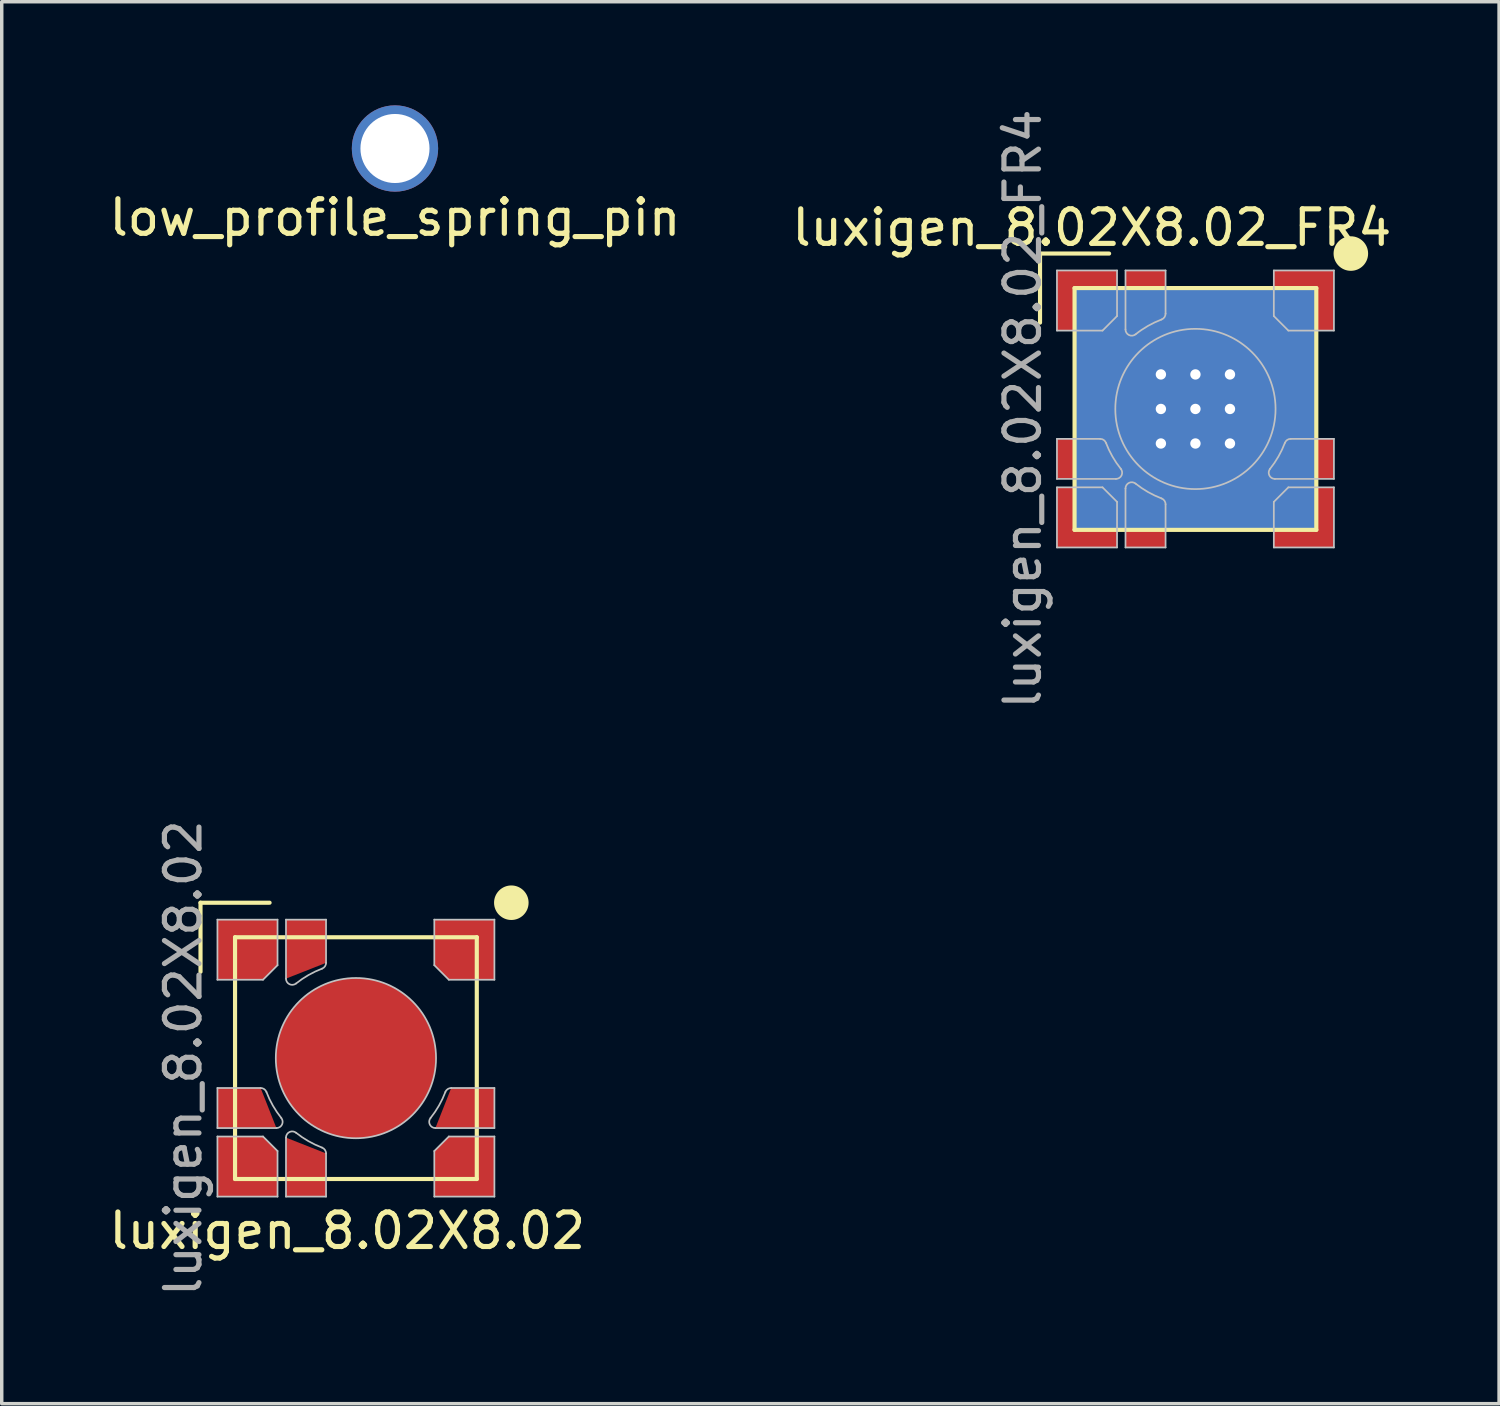
<source format=kicad_pcb>
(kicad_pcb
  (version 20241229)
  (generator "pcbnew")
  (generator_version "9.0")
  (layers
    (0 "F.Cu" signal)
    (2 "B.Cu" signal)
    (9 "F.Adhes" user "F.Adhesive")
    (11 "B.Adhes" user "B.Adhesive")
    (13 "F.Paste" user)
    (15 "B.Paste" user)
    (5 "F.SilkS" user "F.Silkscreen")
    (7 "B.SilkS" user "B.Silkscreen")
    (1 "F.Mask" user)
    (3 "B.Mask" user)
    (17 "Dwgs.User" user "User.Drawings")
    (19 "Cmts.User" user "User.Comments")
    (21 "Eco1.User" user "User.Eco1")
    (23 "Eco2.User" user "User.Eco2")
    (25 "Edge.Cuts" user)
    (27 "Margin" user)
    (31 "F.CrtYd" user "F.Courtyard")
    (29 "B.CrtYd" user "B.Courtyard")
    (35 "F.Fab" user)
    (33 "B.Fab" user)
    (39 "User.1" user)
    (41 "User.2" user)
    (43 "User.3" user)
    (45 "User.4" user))
  (footprint "luxigen_8.02X8.02_FR4"
    (layer "F.Cu")
    (at 31.565 8.792)
    (property "Reference" "luxigen_8.02X8.02_FR4" (at -3 -5.25 0) (unlocked yes) (layer "F.SilkS") (effects (font (size 1 1) (thickness 0.15))))
    (fp_line (start -4.5 -4.5) (end -4.5 -2.5) (stroke (width 0.12) (type solid)) (layer "F.SilkS"))
    (fp_line (start -3.5 -3.5) (end -3.5 3.5) (stroke (width 0.12) (type solid)) (layer "F.SilkS"))
    (fp_line (start -3.5 3.5) (end 3.5 3.5) (stroke (width 0.12) (type solid)) (layer "F.SilkS"))
    (fp_line (start -2.5 -4.5) (end -4.5 -4.5) (stroke (width 0.12) (type solid)) (layer "F.SilkS"))
    (fp_line (start 3.5 -3.5) (end -3.5 -3.5) (stroke (width 0.12) (type solid)) (layer "F.SilkS"))
    (fp_line (start 3.5 3.5) (end 3.5 -3.5) (stroke (width 0.12) (type solid)) (layer "F.SilkS"))
    (fp_circle (center 4.5 -4.5) (end 5 -4.5) (stroke (width 0) (type solid)) (fill yes) (layer "F.SilkS"))
    (fp_line (start -4.01 -4.01) (end -2.27 -4.01) (stroke (width 0.05) (type solid)) (layer "Dwgs.User"))
    (fp_line (start -4.01 -2.27) (end -4.01 -4.01) (stroke (width 0.05) (type solid)) (layer "Dwgs.User"))
    (fp_line (start -4.01 0.865) (end -2.759 0.865) (stroke (width 0.05) (type solid)) (layer "Dwgs.User"))
    (fp_line (start -4.01 2.025) (end -4.01 0.865) (stroke (width 0.05) (type solid)) (layer "Dwgs.User"))
    (fp_line (start -4.01 2.27) (end -2.69 2.27) (stroke (width 0.05) (type solid)) (layer "Dwgs.User"))
    (fp_line (start -4.01 4.01) (end -4.01 2.27) (stroke (width 0.05) (type solid)) (layer "Dwgs.User"))
    (fp_line (start -2.69 -2.27) (end -4.01 -2.27) (stroke (width 0.05) (type solid)) (layer "Dwgs.User"))
    (fp_line (start -2.69 2.27) (end -2.27 2.69) (stroke (width 0.05) (type solid)) (layer "Dwgs.User"))
    (fp_line (start -2.302 2.025) (end -4.01 2.025) (stroke (width 0.05) (type solid)) (layer "Dwgs.User"))
    (fp_line (start -2.27 -4.01) (end -2.27 -2.69) (stroke (width 0.05) (type solid)) (layer "Dwgs.User"))
    (fp_line (start -2.27 -2.69) (end -2.69 -2.27) (stroke (width 0.05) (type solid)) (layer "Dwgs.User"))
    (fp_line (start -2.27 2.69) (end -2.27 4.01) (stroke (width 0.05) (type solid)) (layer "Dwgs.User"))
    (fp_line (start -2.27 4.01) (end -4.01 4.01) (stroke (width 0.05) (type solid)) (layer "Dwgs.User"))
    (fp_line (start -2.025 -4.01) (end -0.865 -4.01) (stroke (width 0.05) (type solid)) (layer "Dwgs.User"))
    (fp_line (start -2.025 -2.302) (end -2.025 -4.01) (stroke (width 0.05) (type solid)) (layer "Dwgs.User"))
    (fp_line (start -2.025 2.302) (end -2.025 4.01) (stroke (width 0.05) (type solid)) (layer "Dwgs.User"))
    (fp_line (start -2.025 4.01) (end -0.865 4.01) (stroke (width 0.05) (type solid)) (layer "Dwgs.User"))
    (fp_line (start -0.865 -4.01) (end -0.865 -2.759) (stroke (width 0.05) (type solid)) (layer "Dwgs.User"))
    (fp_line (start -0.865 4.01) (end -0.865 2.759) (stroke (width 0.05) (type solid)) (layer "Dwgs.User"))
    (fp_line (start 2.27 -4.01) (end 4.01 -4.01) (stroke (width 0.05) (type solid)) (layer "Dwgs.User"))
    (fp_line (start 2.27 -2.69) (end 2.27 -4.01) (stroke (width 0.05) (type solid)) (layer "Dwgs.User"))
    (fp_line (start 2.27 2.69) (end 2.69 2.27) (stroke (width 0.05) (type solid)) (layer "Dwgs.User"))
    (fp_line (start 2.27 4.01) (end 2.27 2.69) (stroke (width 0.05) (type solid)) (layer "Dwgs.User"))
    (fp_line (start 2.302 2.025) (end 4.01 2.025) (stroke (width 0.05) (type solid)) (layer "Dwgs.User"))
    (fp_line (start 2.69 -2.27) (end 2.27 -2.69) (stroke (width 0.05) (type solid)) (layer "Dwgs.User"))
    (fp_line (start 2.69 2.27) (end 4.01 2.27) (stroke (width 0.05) (type solid)) (layer "Dwgs.User"))
    (fp_line (start 4.01 0.865) (end 2.759 0.865) (stroke (width 0.05) (type solid)) (layer "Dwgs.User"))
    (fp_line (start 4.01 2.025) (end 4.01 0.865) (stroke (width 0.05) (type solid)) (layer "Dwgs.User"))
    (fp_line (start 4.01 -4.01) (end 4.01 -2.27) (stroke (width 0.05) (type solid)) (layer "Dwgs.User"))
    (fp_line (start 4.01 -2.27) (end 2.69 -2.27) (stroke (width 0.05) (type solid)) (layer "Dwgs.User"))
    (fp_line (start 4.01 2.27) (end 4.01 4.01) (stroke (width 0.05) (type solid)) (layer "Dwgs.User"))
    (fp_line (start 4.01 4.01) (end 2.27 4.01) (stroke (width 0.05) (type solid)) (layer "Dwgs.User"))
    (fp_arc (start -2.758591 0.86531) (mid -2.656319 0.897187) (end -2.59027 0.981528) (stroke (width 0.05) (type solid)) (layer "Dwgs.User"))
    (fp_arc (start -2.161156 1.732714) (mid -2.40522 1.373977) (end -2.59027 0.981528) (stroke (width 0.05) (type solid)) (layer "Dwgs.User"))
    (fp_arc (start -2.161156 1.732715) (mid -2.139316 1.923197) (end -2.301592 2.02531) (stroke (width 0.05) (type solid)) (layer "Dwgs.User"))
    (fp_arc (start -2.02531 2.301592) (mid -1.923197 2.139316) (end -1.732715 2.161156) (stroke (width 0.05) (type solid)) (layer "Dwgs.User"))
    (fp_arc (start -1.732715 -2.161156) (mid -1.923188 -2.139335) (end -2.02531 -2.301592) (stroke (width 0.05) (type solid)) (layer "Dwgs.User"))
    (fp_arc (start -1.732712 -2.161157) (mid -1.374006 -2.405273) (end -0.981528 -2.59027) (stroke (width 0.05) (type solid)) (layer "Dwgs.User"))
    (fp_arc (start -0.981529 2.59027) (mid -1.373978 2.40522) (end -1.732715 2.161156) (stroke (width 0.05) (type solid)) (layer "Dwgs.User"))
    (fp_arc (start -0.981528 2.59027) (mid -0.897187 2.656319) (end -0.86531 2.758591) (stroke (width 0.05) (type solid)) (layer "Dwgs.User"))
    (fp_arc (start -0.865307 -2.758588) (mid -0.897205 -2.65633) (end -0.981528 -2.59027) (stroke (width 0.05) (type solid)) (layer "Dwgs.User"))
    (fp_arc (start 2.301592 2.02531) (mid 2.139316 1.923197) (end 2.161156 1.732715) (stroke (width 0.05) (type solid)) (layer "Dwgs.User"))
    (fp_arc (start 2.59027 0.981528) (mid 2.656319 0.897187) (end 2.758591 0.86531) (stroke (width 0.05) (type solid)) (layer "Dwgs.User"))
    (fp_arc (start 2.59027 0.981529) (mid 2.40522 1.373978) (end 2.161156 1.732715) (stroke (width 0.05) (type solid)) (layer "Dwgs.User"))
    (fp_circle (center 0 0) (end 2.32 0) (stroke (width 0.05) (type solid)) (fill no) (layer "Dwgs.User"))
    (fp_text user "${REFERENCE}" (at -5 0 90) (unlocked yes) (layer "F.Fab") (effects (font (size 1 1) (thickness 0.15))))
    (pad "1" smd custom (at -3.25 -3.25) (size 1 1) (layers "F.Cu" "F.Mask" "F.Paste") (options (anchor rect)) (primitives (gr_poly (pts (xy 0.98 0.56) (xy 0.56 0.98) (xy -0.76 0.98) (xy -0.76 -0.76) (xy 0.98 -0.76) (xy 0.98 0.56)) (width 0) (fill yes))))
    (pad "2" smd custom (at -1.5 -3.5) (size 1 1) (layers "F.Cu" "F.Mask" "F.Paste") (options (anchor rect)) (primitives (gr_poly (pts (xy -0.525 1.198) (xy -0.525 -0.51) (xy 0.635 -0.51) (xy 0.635 0.741)) (width 0) (fill yes))))
    (pad "3" smd custom (at 3.5 -3) (size 0.762 0.762) (layers "F.Cu" "F.Mask" "F.Paste") (options (anchor rect)) (primitives (gr_poly (pts (xy -0.81 0.73) (xy -1.23 0.31) (xy -1.23 -1.01) (xy 0.51 -1.01) (xy 0.51 0.73)) (width 0) (fill yes))))
    (pad "4" smd custom (at 3.25 1.5) (size 1 1) (layers "F.Cu" "F.Mask" "F.Paste") (options (anchor rect)) (primitives (gr_poly (pts (xy -0.948 0.525) (xy 0.76 0.525) (xy 0.76 -0.635) (xy -0.491 -0.635)) (width 0) (fill yes))))
    (pad "5" smd custom (at 3.25 3.25) (size 1 1) (layers "F.Cu" "F.Mask" "F.Paste") (options (anchor rect)) (primitives (gr_poly (pts (xy 0.76 0.76) (xy -0.98 0.76) (xy -0.98 -0.56) (xy -0.56 -0.98) (xy 0.76 -0.98) (xy 0.76 0.76)) (width 0) (fill yes))))
    (pad "6" smd custom (at -1.5 3.5) (size 1 1) (layers "F.Cu" "F.Mask" "F.Paste") (options (anchor rect)) (primitives (gr_poly (pts (xy -0.525 -1.198) (xy -0.525 0.51) (xy 0.635 0.51) (xy 0.635 -0.741)) (width 0) (fill yes))))
    (pad "7" smd custom (at -3.25 3) (size 1 1) (layers "F.Cu" "F.Mask" "F.Paste") (options (anchor rect)) (primitives (gr_poly (pts (xy 0.98 -0.31) (xy 0.56 -0.73) (xy -0.76 -0.73) (xy -0.76 1.01) (xy 0.98 1.01)) (width 0) (fill yes))))
    (pad "8" smd custom (at -3.5 1.5) (size 1 1) (layers "F.Cu" "F.Mask" "F.Paste") (options (anchor rect)) (primitives (gr_poly (pts (xy 1.198 0.525) (xy -0.51 0.525) (xy -0.51 -0.635) (xy 0.741 -0.635)) (width 0) (fill yes))))
    (pad "9" thru_hole circle (at -1 -1) (size 0.6 0.6) (drill 0.3) (property pad_prop_heatsink) (layers "*.Cu"))
    (pad "9" thru_hole circle (at -1 0) (size 0.6 0.6) (drill 0.3) (property pad_prop_heatsink) (layers "*.Cu"))
    (pad "9" thru_hole circle (at -1 1) (size 0.6 0.6) (drill 0.3) (property pad_prop_heatsink) (layers "*.Cu"))
    (pad "9" thru_hole circle (at 0 -1) (size 0.6 0.6) (drill 0.3) (property pad_prop_heatsink) (layers "*.Cu"))
    (pad "9" thru_hole circle (at 0 0) (size 0.6 0.6) (drill 0.3) (property pad_prop_heatsink) (layers "*.Cu"))
    (pad "9" smd circle (at 0 0) (size 4.64 4.64) (property pad_prop_heatsink) (layers "F.Cu" "F.Mask" "F.Paste"))
    (pad "9" smd rect (at 0 0) (size 7 7) (property pad_prop_heatsink) (layers "B.Cu" "B.Mask"))
    (pad "9" thru_hole circle (at 0 1) (size 0.6 0.6) (drill 0.3) (property pad_prop_heatsink) (layers "*.Cu"))
    (pad "9" thru_hole circle (at 1 -1) (size 0.6 0.6) (drill 0.3) (property pad_prop_heatsink) (layers "*.Cu"))
    (pad "9" thru_hole circle (at 1 0) (size 0.6 0.6) (drill 0.3) (property pad_prop_heatsink) (layers "*.Cu"))
    (pad "9" thru_hole circle (at 1 1) (size 0.6 0.6) (drill 0.3) (property pad_prop_heatsink) (layers "*.Cu")))
  (footprint "luxigen_8.02X8.02"
    (layer "F.Cu")
    (at 7.256 27.589)
    (property "Reference" "luxigen_8.02X8.02" (at -0.25 5 0) (unlocked yes) (layer "F.SilkS") (effects (font (size 1 1) (thickness 0.15))))
    (fp_line (start -4.5 -4.5) (end -4.5 -2.5) (stroke (width 0.12) (type solid)) (layer "F.SilkS"))
    (fp_line (start -3.5 -3.5) (end -3.5 3.5) (stroke (width 0.12) (type solid)) (layer "F.SilkS"))
    (fp_line (start -3.5 3.5) (end 3.5 3.5) (stroke (width 0.12) (type solid)) (layer "F.SilkS"))
    (fp_line (start -2.5 -4.5) (end -4.5 -4.5) (stroke (width 0.12) (type solid)) (layer "F.SilkS"))
    (fp_line (start 3.5 -3.5) (end -3.5 -3.5) (stroke (width 0.12) (type solid)) (layer "F.SilkS"))
    (fp_line (start 3.5 3.5) (end 3.5 -3.5) (stroke (width 0.12) (type solid)) (layer "F.SilkS"))
    (fp_circle (center 4.5 -4.5) (end 5 -4.5) (stroke (width 0) (type solid)) (fill yes) (layer "F.SilkS"))
    (fp_line (start -4.01 -4.01) (end -2.27 -4.01) (stroke (width 0.05) (type solid)) (layer "Dwgs.User"))
    (fp_line (start -4.01 -2.27) (end -4.01 -4.01) (stroke (width 0.05) (type solid)) (layer "Dwgs.User"))
    (fp_line (start -4.01 0.865) (end -2.759 0.865) (stroke (width 0.05) (type solid)) (layer "Dwgs.User"))
    (fp_line (start -4.01 2.025) (end -4.01 0.865) (stroke (width 0.05) (type solid)) (layer "Dwgs.User"))
    (fp_line (start -4.01 2.27) (end -2.69 2.27) (stroke (width 0.05) (type solid)) (layer "Dwgs.User"))
    (fp_line (start -4.01 4.01) (end -4.01 2.27) (stroke (width 0.05) (type solid)) (layer "Dwgs.User"))
    (fp_line (start -2.69 -2.27) (end -4.01 -2.27) (stroke (width 0.05) (type solid)) (layer "Dwgs.User"))
    (fp_line (start -2.69 2.27) (end -2.27 2.69) (stroke (width 0.05) (type solid)) (layer "Dwgs.User"))
    (fp_line (start -2.302 2.025) (end -4.01 2.025) (stroke (width 0.05) (type solid)) (layer "Dwgs.User"))
    (fp_line (start -2.27 -4.01) (end -2.27 -2.69) (stroke (width 0.05) (type solid)) (layer "Dwgs.User"))
    (fp_line (start -2.27 -2.69) (end -2.69 -2.27) (stroke (width 0.05) (type solid)) (layer "Dwgs.User"))
    (fp_line (start -2.27 2.69) (end -2.27 4.01) (stroke (width 0.05) (type solid)) (layer "Dwgs.User"))
    (fp_line (start -2.27 4.01) (end -4.01 4.01) (stroke (width 0.05) (type solid)) (layer "Dwgs.User"))
    (fp_line (start -2.025 -4.01) (end -0.865 -4.01) (stroke (width 0.05) (type solid)) (layer "Dwgs.User"))
    (fp_line (start -2.025 -2.302) (end -2.025 -4.01) (stroke (width 0.05) (type solid)) (layer "Dwgs.User"))
    (fp_line (start -2.025 2.302) (end -2.025 4.01) (stroke (width 0.05) (type solid)) (layer "Dwgs.User"))
    (fp_line (start -2.025 4.01) (end -0.865 4.01) (stroke (width 0.05) (type solid)) (layer "Dwgs.User"))
    (fp_line (start -0.865 -4.01) (end -0.865 -2.759) (stroke (width 0.05) (type solid)) (layer "Dwgs.User"))
    (fp_line (start -0.865 4.01) (end -0.865 2.759) (stroke (width 0.05) (type solid)) (layer "Dwgs.User"))
    (fp_line (start 2.27 -4.01) (end 4.01 -4.01) (stroke (width 0.05) (type solid)) (layer "Dwgs.User"))
    (fp_line (start 2.27 -2.69) (end 2.27 -4.01) (stroke (width 0.05) (type solid)) (layer "Dwgs.User"))
    (fp_line (start 2.27 2.69) (end 2.69 2.27) (stroke (width 0.05) (type solid)) (layer "Dwgs.User"))
    (fp_line (start 2.27 4.01) (end 2.27 2.69) (stroke (width 0.05) (type solid)) (layer "Dwgs.User"))
    (fp_line (start 2.302 2.025) (end 4.01 2.025) (stroke (width 0.05) (type solid)) (layer "Dwgs.User"))
    (fp_line (start 2.69 -2.27) (end 2.27 -2.69) (stroke (width 0.05) (type solid)) (layer "Dwgs.User"))
    (fp_line (start 2.69 2.27) (end 4.01 2.27) (stroke (width 0.05) (type solid)) (layer "Dwgs.User"))
    (fp_line (start 4.01 0.865) (end 2.759 0.865) (stroke (width 0.05) (type solid)) (layer "Dwgs.User"))
    (fp_line (start 4.01 2.025) (end 4.01 0.865) (stroke (width 0.05) (type solid)) (layer "Dwgs.User"))
    (fp_line (start 4.01 -4.01) (end 4.01 -2.27) (stroke (width 0.05) (type solid)) (layer "Dwgs.User"))
    (fp_line (start 4.01 -2.27) (end 2.69 -2.27) (stroke (width 0.05) (type solid)) (layer "Dwgs.User"))
    (fp_line (start 4.01 2.27) (end 4.01 4.01) (stroke (width 0.05) (type solid)) (layer "Dwgs.User"))
    (fp_line (start 4.01 4.01) (end 2.27 4.01) (stroke (width 0.05) (type solid)) (layer "Dwgs.User"))
    (fp_arc (start -2.758591 0.86531) (mid -2.656319 0.897187) (end -2.59027 0.981528) (stroke (width 0.05) (type solid)) (layer "Dwgs.User"))
    (fp_arc (start -2.161156 1.732714) (mid -2.40522 1.373977) (end -2.59027 0.981528) (stroke (width 0.05) (type solid)) (layer "Dwgs.User"))
    (fp_arc (start -2.161156 1.732715) (mid -2.139316 1.923197) (end -2.301592 2.02531) (stroke (width 0.05) (type solid)) (layer "Dwgs.User"))
    (fp_arc (start -2.02531 2.301592) (mid -1.923197 2.139316) (end -1.732715 2.161156) (stroke (width 0.05) (type solid)) (layer "Dwgs.User"))
    (fp_arc (start -1.732715 -2.161156) (mid -1.923188 -2.139335) (end -2.02531 -2.301592) (stroke (width 0.05) (type solid)) (layer "Dwgs.User"))
    (fp_arc (start -1.732712 -2.161157) (mid -1.374006 -2.405273) (end -0.981528 -2.59027) (stroke (width 0.05) (type solid)) (layer "Dwgs.User"))
    (fp_arc (start -0.981529 2.59027) (mid -1.373978 2.40522) (end -1.732715 2.161156) (stroke (width 0.05) (type solid)) (layer "Dwgs.User"))
    (fp_arc (start -0.981528 2.59027) (mid -0.897187 2.656319) (end -0.86531 2.758591) (stroke (width 0.05) (type solid)) (layer "Dwgs.User"))
    (fp_arc (start -0.865307 -2.758588) (mid -0.897205 -2.65633) (end -0.981528 -2.59027) (stroke (width 0.05) (type solid)) (layer "Dwgs.User"))
    (fp_arc (start 2.301592 2.02531) (mid 2.139316 1.923197) (end 2.161156 1.732715) (stroke (width 0.05) (type solid)) (layer "Dwgs.User"))
    (fp_arc (start 2.59027 0.981528) (mid 2.656319 0.897187) (end 2.758591 0.86531) (stroke (width 0.05) (type solid)) (layer "Dwgs.User"))
    (fp_arc (start 2.59027 0.981529) (mid 2.40522 1.373978) (end 2.161156 1.732715) (stroke (width 0.05) (type solid)) (layer "Dwgs.User"))
    (fp_circle (center 0 0) (end 2.32 0) (stroke (width 0.05) (type solid)) (fill no) (layer "Dwgs.User"))
    (fp_text user "${REFERENCE}" (at -5 0 90) (unlocked yes) (layer "F.Fab") (effects (font (size 1 1) (thickness 0.15))))
    (pad "1" smd custom (at -3.25 -3.25) (size 1 1) (layers "F.Cu" "F.Mask" "F.Paste") (options (anchor rect)) (primitives (gr_poly (pts (xy 0.98 0.56) (xy 0.56 0.98) (xy -0.76 0.98) (xy -0.76 -0.76) (xy 0.98 -0.76) (xy 0.98 0.56)) (width 0) (fill yes))))
    (pad "2" smd custom (at -1.5 -3.5) (size 1 1) (layers "F.Cu" "F.Mask" "F.Paste") (options (anchor rect)) (primitives (gr_poly (pts (xy -0.525 1.198) (xy -0.525 -0.51) (xy 0.635 -0.51) (xy 0.635 0.741)) (width 0) (fill yes))))
    (pad "3" smd custom (at 3.5 -3) (size 0.762 0.762) (layers "F.Cu" "F.Mask" "F.Paste") (options (anchor rect)) (primitives (gr_poly (pts (xy -0.81 0.73) (xy -1.23 0.31) (xy -1.23 -1.01) (xy 0.51 -1.01) (xy 0.51 0.73)) (width 0) (fill yes))))
    (pad "4" smd custom (at 3.25 1.5) (size 1 1) (layers "F.Cu" "F.Mask" "F.Paste") (options (anchor rect)) (primitives (gr_poly (pts (xy -0.948 0.525) (xy 0.76 0.525) (xy 0.76 -0.635) (xy -0.491 -0.635)) (width 0) (fill yes))))
    (pad "5" smd custom (at 3.25 3.25) (size 1 1) (layers "F.Cu" "F.Mask" "F.Paste") (options (anchor rect)) (primitives (gr_poly (pts (xy 0.76 0.76) (xy -0.98 0.76) (xy -0.98 -0.56) (xy -0.56 -0.98) (xy 0.76 -0.98) (xy 0.76 0.76)) (width 0) (fill yes))))
    (pad "6" smd custom (at -1.5 3.5) (size 1 1) (layers "F.Cu" "F.Mask" "F.Paste") (options (anchor rect)) (primitives (gr_poly (pts (xy -0.525 -1.198) (xy -0.525 0.51) (xy 0.635 0.51) (xy 0.635 -0.741)) (width 0) (fill yes))))
    (pad "7" smd custom (at -3.25 3) (size 1 1) (layers "F.Cu" "F.Mask" "F.Paste") (options (anchor rect)) (primitives (gr_poly (pts (xy 0.98 -0.31) (xy 0.56 -0.73) (xy -0.76 -0.73) (xy -0.76 1.01) (xy 0.98 1.01)) (width 0) (fill yes))))
    (pad "8" smd custom (at -3.5 1.5) (size 1 1) (layers "F.Cu" "F.Mask" "F.Paste") (options (anchor rect)) (primitives (gr_poly (pts (xy 1.198 0.525) (xy -0.51 0.525) (xy -0.51 -0.635) (xy 0.741 -0.635)) (width 0) (fill yes))))
    (pad "9" smd circle (at 0 0) (size 4.64 4.64) (property pad_prop_heatsink) (layers "F.Cu" "F.Mask" "F.Paste")))
  (footprint "low_profile_spring_pin"
    (layer "F.Cu")
    (at 8.387 1.25)
    (property "Reference" "low_profile_spring_pin" (at 0 2 0) (layer "F.SilkS") (effects (font (size 1 1) (thickness 0.15))))
    (attr through_hole)
    (pad "1" thru_hole circle (at 0 0) (size 2.5 2.5) (drill 2) (layers "*.Cu" "*.Mask")))
  (gr_rect
    (start -3 -3)
    (end 40.357 37.595)
    (stroke (width 0.1) (type default))
    (fill no)
    (layer "Edge.Cuts")))
</source>
